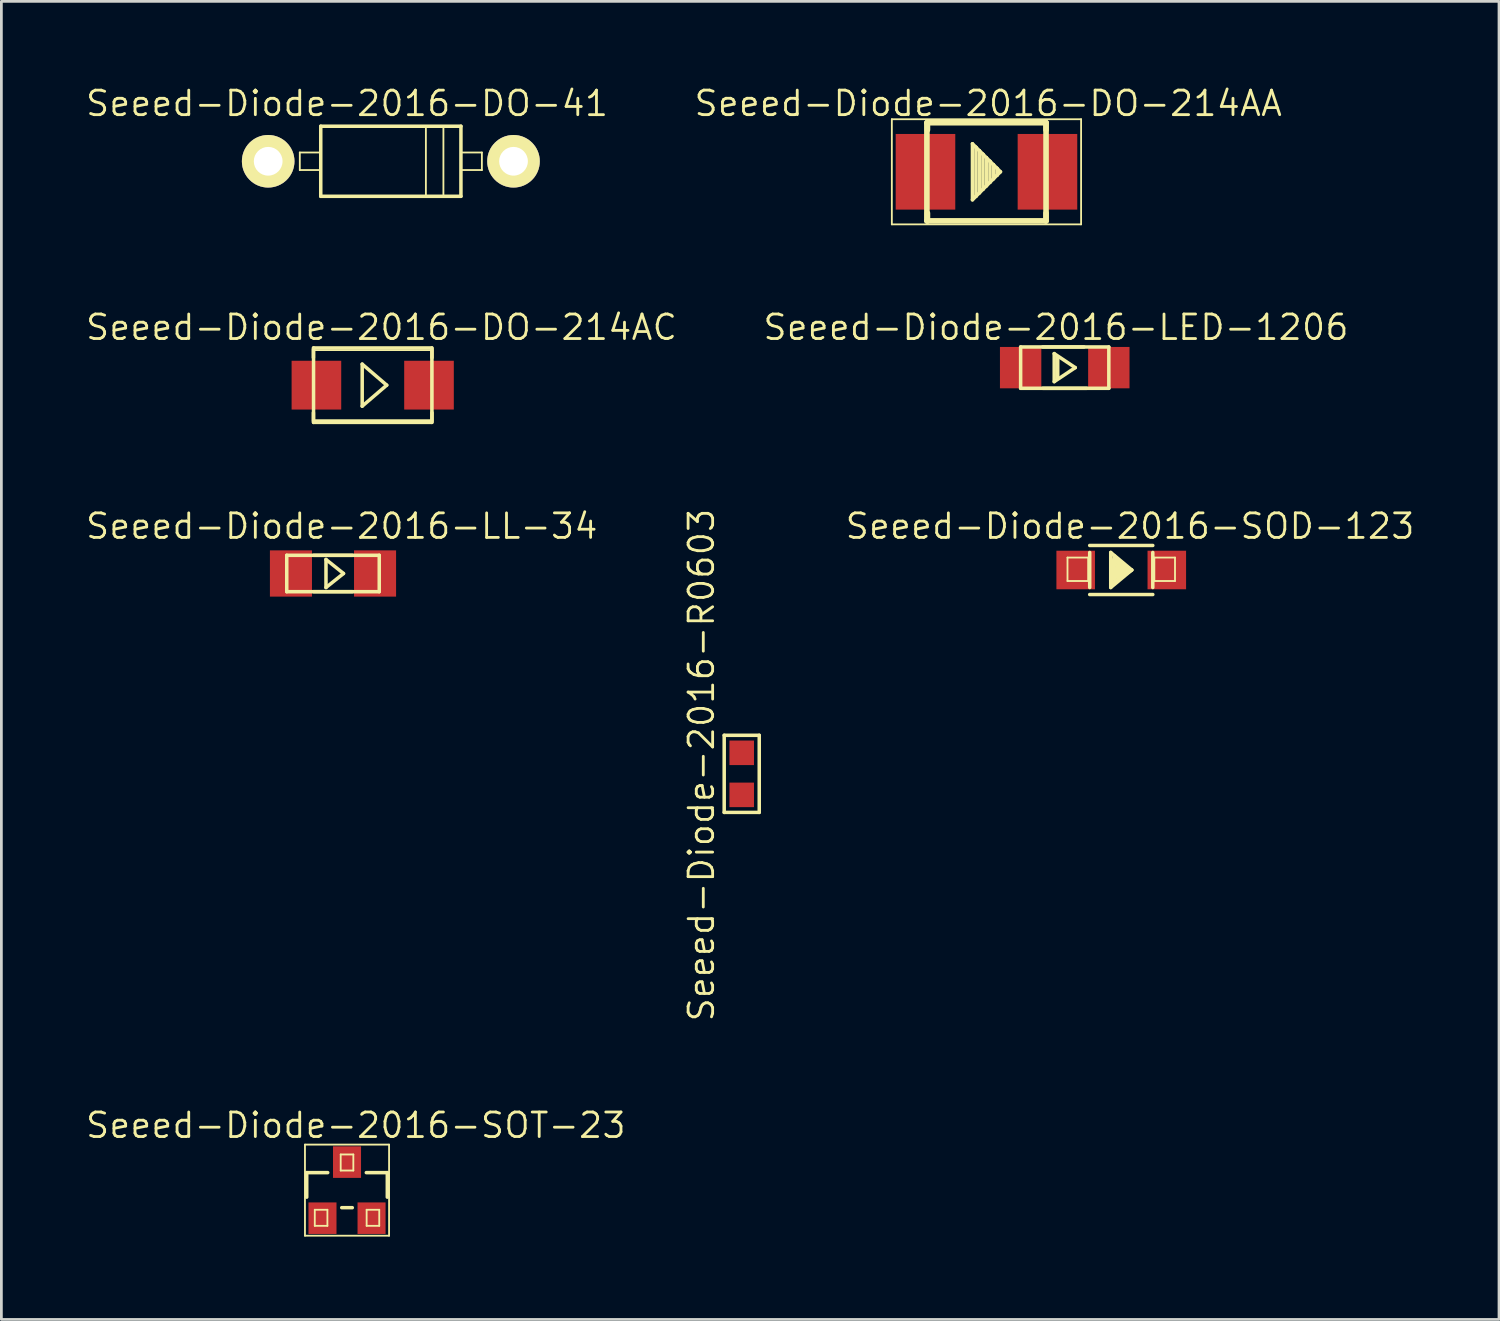
<source format=kicad_pcb>
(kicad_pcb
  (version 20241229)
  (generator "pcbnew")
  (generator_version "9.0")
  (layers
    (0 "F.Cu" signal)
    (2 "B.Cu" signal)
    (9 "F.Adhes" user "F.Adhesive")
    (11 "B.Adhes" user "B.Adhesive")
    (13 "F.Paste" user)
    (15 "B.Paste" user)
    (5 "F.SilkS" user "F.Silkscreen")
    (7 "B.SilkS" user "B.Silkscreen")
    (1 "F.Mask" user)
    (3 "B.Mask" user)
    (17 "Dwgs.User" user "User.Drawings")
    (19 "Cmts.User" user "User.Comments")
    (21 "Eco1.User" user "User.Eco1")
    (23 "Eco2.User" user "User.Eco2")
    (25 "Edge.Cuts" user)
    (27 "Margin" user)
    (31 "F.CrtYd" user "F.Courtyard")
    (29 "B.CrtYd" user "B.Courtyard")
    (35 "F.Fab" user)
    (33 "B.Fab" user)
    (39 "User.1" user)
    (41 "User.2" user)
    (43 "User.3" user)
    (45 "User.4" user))
  (footprint "Seeed-Diode-2016-LL-34"
    (layer "F.Cu")
    (at 9.017 17.732)
    (property "Reference" "Seeed-Diode-2016-LL-34" (at 0.318 -1.714 0) (layer "F.SilkS") (effects (font (size 0.889 0.889) (thickness 0.102))))
    (attr smd)
    (fp_line (start -1.676 -0.66) (end 1.676 -0.66) (stroke (width 0.127) (type solid)) (layer "F.SilkS"))
    (fp_line (start -1.676 0.66) (end -1.676 -0.66) (stroke (width 0.127) (type solid)) (layer "F.SilkS"))
    (fp_line (start -0.699 -0.658) (end 0.699 -0.658) (stroke (width 0.127) (type solid)) (layer "F.SilkS"))
    (fp_line (start -0.699 0.658) (end 0.699 0.658) (stroke (width 0.127) (type solid)) (layer "F.SilkS"))
    (fp_line (start -0.254 -0.508) (end 0.381 0) (stroke (width 0.127) (type solid)) (layer "F.SilkS"))
    (fp_line (start -0.254 0.508) (end -0.254 -0.508) (stroke (width 0.127) (type solid)) (layer "F.SilkS"))
    (fp_line (start 0.381 0) (end -0.254 0.508) (stroke (width 0.127) (type solid)) (layer "F.SilkS"))
    (fp_line (start 1.676 -0.66) (end 1.676 0.66) (stroke (width 0.127) (type solid)) (layer "F.SilkS"))
    (fp_line (start 1.676 0.66) (end -1.676 0.66) (stroke (width 0.127) (type solid)) (layer "F.SilkS"))
    (pad "A" smd rect (at -1.524 0 180) (size 1.524 1.676) (layers "F.Cu" "F.Mask" "F.Paste"))
    (pad "C" smd rect (at 1.524 0 180) (size 1.524 1.676) (layers "F.Cu" "F.Mask" "F.Paste")))
  (footprint "Seeed-Diode-2016-LED-1206"
    (layer "F.Cu")
    (at 35.533 10.272)
    (property "Reference" "Seeed-Diode-2016-LED-1206" (at -0.318 -1.46 0) (layer "F.SilkS") (effects (font (size 0.889 0.889) (thickness 0.102))))
    (attr smd)
    (fp_line (start -1.598 -0.749) (end 1.598 -0.749) (stroke (width 0.127) (type solid)) (layer "F.SilkS"))
    (fp_line (start -1.598 0.749) (end -1.598 -0.749) (stroke (width 0.127) (type solid)) (layer "F.SilkS"))
    (fp_line (start -0.798 -0.749) (end 0.699 -0.749) (stroke (width 0.127) (type solid)) (layer "F.SilkS"))
    (fp_line (start -0.798 0.749) (end 0.798 0.749) (stroke (width 0.127) (type solid)) (layer "F.SilkS"))
    (fp_line (start -0.381 -0.508) (end -0.381 0.508) (stroke (width 0.127) (type solid)) (layer "F.SilkS"))
    (fp_line (start -0.381 0.508) (end 0.381 0) (stroke (width 0.127) (type solid)) (layer "F.SilkS"))
    (fp_line (start -0.254 -0.381) (end -0.254 0.381) (stroke (width 0.127) (type solid)) (layer "F.SilkS"))
    (fp_line (start 0.381 0) (end -0.381 -0.508) (stroke (width 0.127) (type solid)) (layer "F.SilkS"))
    (fp_line (start 1.598 -0.749) (end 1.598 0.749) (stroke (width 0.127) (type solid)) (layer "F.SilkS"))
    (fp_line (start 1.598 0.749) (end -1.598 0.749) (stroke (width 0.127) (type solid)) (layer "F.SilkS"))
    (pad "+" smd rect (at -1.598 0) (size 1.499 1.499) (layers "F.Cu" "F.Mask" "F.Paste"))
    (pad "-" smd rect (at 1.598 0) (size 1.499 1.499) (layers "F.Cu" "F.Mask" "F.Paste")))
  (footprint "Seeed-Diode-2016-SOD-123"
    (layer "F.Cu")
    (at 37.581 17.605)
    (property "Reference" "Seeed-Diode-2016-SOD-123" (at 0.318 -1.587 0) (layer "F.SilkS") (effects (font (size 0.889 0.889) (thickness 0.102))))
    (attr smd)
    (fp_line (start -1.948 -0.45) (end -1.199 -0.45) (stroke (width 0.066) (type solid)) (layer "F.SilkS"))
    (fp_line (start -1.948 0.399) (end -1.948 -0.45) (stroke (width 0.066) (type solid)) (layer "F.SilkS"))
    (fp_line (start -1.948 0.399) (end -1.199 0.399) (stroke (width 0.066) (type solid)) (layer "F.SilkS"))
    (fp_line (start -1.199 0.399) (end -1.199 -0.45) (stroke (width 0.066) (type solid)) (layer "F.SilkS"))
    (fp_line (start -1.143 -0.889) (end 1.143 -0.889) (stroke (width 0.127) (type solid)) (layer "F.SilkS"))
    (fp_line (start -1.143 0.635) (end -1.143 -0.635) (stroke (width 0.127) (type solid)) (layer "F.SilkS"))
    (fp_line (start -0.381 -0.635) (end 0.381 0) (stroke (width 0.127) (type solid)) (layer "F.SilkS"))
    (fp_line (start -0.381 0.381) (end -0.381 -0.635) (stroke (width 0.127) (type solid)) (layer "F.SilkS"))
    (fp_line (start -0.381 0.381) (end -0.254 -0.381) (stroke (width 0.127) (type solid)) (layer "F.SilkS"))
    (fp_line (start -0.381 0.508) (end -0.381 0.381) (stroke (width 0.127) (type solid)) (layer "F.SilkS"))
    (fp_line (start -0.381 0.508) (end -0.254 -0.508) (stroke (width 0.127) (type solid)) (layer "F.SilkS"))
    (fp_line (start -0.381 0.635) (end -0.381 0.508) (stroke (width 0.127) (type solid)) (layer "F.SilkS"))
    (fp_line (start -0.254 -0.508) (end 0.254 0) (stroke (width 0.127) (type solid)) (layer "F.SilkS"))
    (fp_line (start -0.254 -0.381) (end 0.127 0) (stroke (width 0.127) (type solid)) (layer "F.SilkS"))
    (fp_line (start -0.254 -0.254) (end -0.127 -0.127) (stroke (width 0.127) (type solid)) (layer "F.SilkS"))
    (fp_line (start -0.254 0.127) (end -0.254 -0.254) (stroke (width 0.127) (type solid)) (layer "F.SilkS"))
    (fp_line (start -0.254 0.127) (end -0.127 -0.127) (stroke (width 0.127) (type solid)) (layer "F.SilkS"))
    (fp_line (start -0.254 0.254) (end -0.254 0.127) (stroke (width 0.127) (type solid)) (layer "F.SilkS"))
    (fp_line (start -0.127 -0.127) (end -0.127 0) (stroke (width 0.127) (type solid)) (layer "F.SilkS"))
    (fp_line (start -0.127 -0.127) (end 0 0) (stroke (width 0.127) (type solid)) (layer "F.SilkS"))
    (fp_line (start 0 0) (end -0.254 0.127) (stroke (width 0.127) (type solid)) (layer "F.SilkS"))
    (fp_line (start 0.127 0) (end -0.254 0.254) (stroke (width 0.127) (type solid)) (layer "F.SilkS"))
    (fp_line (start 0.254 0) (end -0.381 0.381) (stroke (width 0.127) (type solid)) (layer "F.SilkS"))
    (fp_line (start 0.381 0) (end -0.381 0.508) (stroke (width 0.127) (type solid)) (layer "F.SilkS"))
    (fp_line (start 0.381 0) (end -0.381 0.635) (stroke (width 0.127) (type solid)) (layer "F.SilkS"))
    (fp_line (start 1.143 -0.635) (end 1.143 0.635) (stroke (width 0.127) (type solid)) (layer "F.SilkS"))
    (fp_line (start 1.143 0.889) (end -1.143 0.889) (stroke (width 0.127) (type solid)) (layer "F.SilkS"))
    (fp_line (start 1.199 -0.45) (end 1.948 -0.45) (stroke (width 0.066) (type solid)) (layer "F.SilkS"))
    (fp_line (start 1.199 0.399) (end 1.199 -0.45) (stroke (width 0.066) (type solid)) (layer "F.SilkS"))
    (fp_line (start 1.199 0.399) (end 1.948 0.399) (stroke (width 0.066) (type solid)) (layer "F.SilkS"))
    (fp_line (start 1.948 0.399) (end 1.948 -0.45) (stroke (width 0.066) (type solid)) (layer "F.SilkS"))
    (pad "+" smd rect (at -1.651 0 180) (size 1.397 1.397) (layers "F.Cu" "F.Mask" "F.Paste"))
    (pad "-" smd rect (at 1.651 0 180) (size 1.397 1.397) (layers "F.Cu" "F.Mask" "F.Paste")))
  (footprint "Seeed-Diode-2016-SOT-23"
    (layer "F.Cu")
    (at 9.525 40.078)
    (property "Reference" "Seeed-Diode-2016-SOT-23" (at 0.318 -2.349 0) (layer "F.SilkS") (effects (font (size 0.889 0.889) (thickness 0.102))))
    (attr smd)
    (fp_line (start -1.524 -1.651) (end 1.524 -1.651) (stroke (width 0.066) (type solid)) (layer "F.SilkS"))
    (fp_line (start -1.524 1.651) (end -1.524 -1.651) (stroke (width 0.066) (type solid)) (layer "F.SilkS"))
    (fp_line (start -1.524 1.651) (end 1.524 1.651) (stroke (width 0.066) (type solid)) (layer "F.SilkS"))
    (fp_line (start -1.46 -0.635) (end -1.46 0.254) (stroke (width 0.127) (type solid)) (layer "F.SilkS"))
    (fp_line (start -1.168 0.711) (end -0.711 0.711) (stroke (width 0.066) (type solid)) (layer "F.SilkS"))
    (fp_line (start -1.168 1.293) (end -1.168 0.711) (stroke (width 0.066) (type solid)) (layer "F.SilkS"))
    (fp_line (start -1.168 1.293) (end -0.711 1.293) (stroke (width 0.066) (type solid)) (layer "F.SilkS"))
    (fp_line (start -0.711 1.293) (end -0.711 0.711) (stroke (width 0.066) (type solid)) (layer "F.SilkS"))
    (fp_line (start -0.699 -0.635) (end -1.46 -0.635) (stroke (width 0.127) (type solid)) (layer "F.SilkS"))
    (fp_line (start -0.229 -1.293) (end 0.229 -1.293) (stroke (width 0.066) (type solid)) (layer "F.SilkS"))
    (fp_line (start -0.229 -0.711) (end -0.229 -1.293) (stroke (width 0.066) (type solid)) (layer "F.SilkS"))
    (fp_line (start -0.229 -0.711) (end 0.229 -0.711) (stroke (width 0.066) (type solid)) (layer "F.SilkS"))
    (fp_line (start -0.191 0.635) (end 0.191 0.635) (stroke (width 0.127) (type solid)) (layer "F.SilkS"))
    (fp_line (start 0.229 -0.711) (end 0.229 -1.293) (stroke (width 0.066) (type solid)) (layer "F.SilkS"))
    (fp_line (start 0.711 0.711) (end 1.168 0.711) (stroke (width 0.066) (type solid)) (layer "F.SilkS"))
    (fp_line (start 0.711 1.293) (end 0.711 0.711) (stroke (width 0.066) (type solid)) (layer "F.SilkS"))
    (fp_line (start 0.711 1.293) (end 1.168 1.293) (stroke (width 0.066) (type solid)) (layer "F.SilkS"))
    (fp_line (start 1.168 1.293) (end 1.168 0.711) (stroke (width 0.066) (type solid)) (layer "F.SilkS"))
    (fp_line (start 1.46 -0.635) (end 0.699 -0.635) (stroke (width 0.127) (type solid)) (layer "F.SilkS"))
    (fp_line (start 1.46 0.254) (end 1.46 -0.635) (stroke (width 0.127) (type solid)) (layer "F.SilkS"))
    (fp_line (start 1.524 1.651) (end 1.524 -1.651) (stroke (width 0.066) (type solid)) (layer "F.SilkS"))
    (pad "1" smd rect (at -0.889 1.016 180) (size 1.016 1.143) (layers "F.Cu" "F.Mask" "F.Paste"))
    (pad "2" smd rect (at 0.889 1.016) (size 1.016 1.143) (layers "F.Cu" "F.Mask" "F.Paste"))
    (pad "3" smd rect (at 0 -1.016) (size 1.016 1.143) (layers "F.Cu" "F.Mask" "F.Paste")))
  (footprint "Seeed-Diode-2016-R0603"
    (layer "F.Cu")
    (at 23.828 24.992)
    (property "Reference" "Seeed-Diode-2016-R0603" (at -1.46 -0.318 90) (layer "F.SilkS") (effects (font (size 0.889 0.889) (thickness 0.102))))
    (attr smd)
    (fp_line (start -0.635 -1.397) (end 0.635 -1.397) (stroke (width 0.127) (type solid)) (layer "F.SilkS"))
    (fp_line (start -0.635 1.397) (end -0.635 -1.397) (stroke (width 0.127) (type solid)) (layer "F.SilkS"))
    (fp_line (start 0.635 -1.397) (end 0.635 1.397) (stroke (width 0.127) (type solid)) (layer "F.SilkS"))
    (fp_line (start 0.635 1.397) (end -0.635 1.397) (stroke (width 0.127) (type solid)) (layer "F.SilkS"))
    (pad "1" smd rect (at 0 -0.762 270) (size 0.889 0.889) (layers "F.Cu" "F.Mask" "F.Paste"))
    (pad "2" smd rect (at 0 0.762 270) (size 0.889 0.889) (layers "F.Cu" "F.Mask" "F.Paste")))
  (footprint "Seeed-Diode-2016-DO-214AC"
    (layer "F.Cu")
    (at 10.456 10.907)
    (property "Reference" "Seeed-Diode-2016-DO-214AC" (at 0.318 -2.095 0) (layer "F.SilkS") (effects (font (size 0.889 0.889) (thickness 0.102))))
    (attr smd)
    (fp_line (start -2.159 -1.27) (end 2.159 -1.27) (stroke (width 0.066) (type solid)) (layer "F.SilkS"))
    (fp_line (start -2.159 1.27) (end -2.159 -1.27) (stroke (width 0.066) (type solid)) (layer "F.SilkS"))
    (fp_line (start -2.159 1.27) (end 2.159 1.27) (stroke (width 0.066) (type solid)) (layer "F.SilkS"))
    (fp_line (start -2.149 -1.298) (end -2.149 -0.998) (stroke (width 0.127) (type solid)) (layer "F.SilkS"))
    (fp_line (start -2.149 1.298) (end -2.149 0.998) (stroke (width 0.127) (type solid)) (layer "F.SilkS"))
    (fp_line (start -2.144 -1.349) (end 2.144 -1.349) (stroke (width 0.127) (type solid)) (layer "F.SilkS"))
    (fp_line (start -2.144 1.349) (end -2.144 -1.349) (stroke (width 0.127) (type solid)) (layer "F.SilkS"))
    (fp_line (start -0.381 -0.762) (end 0.508 0) (stroke (width 0.127) (type solid)) (layer "F.SilkS"))
    (fp_line (start -0.381 0.762) (end -0.381 -0.762) (stroke (width 0.127) (type solid)) (layer "F.SilkS"))
    (fp_line (start 0.508 0) (end -0.381 0.762) (stroke (width 0.127) (type solid)) (layer "F.SilkS"))
    (fp_line (start 2.144 -1.349) (end 2.144 1.349) (stroke (width 0.127) (type solid)) (layer "F.SilkS"))
    (fp_line (start 2.144 1.349) (end -2.144 1.349) (stroke (width 0.127) (type solid)) (layer "F.SilkS"))
    (fp_line (start 2.149 -1.298) (end 2.149 -0.998) (stroke (width 0.127) (type solid)) (layer "F.SilkS"))
    (fp_line (start 2.149 1.298) (end 2.149 0.998) (stroke (width 0.127) (type solid)) (layer "F.SilkS"))
    (fp_line (start 2.159 1.27) (end 2.159 -1.27) (stroke (width 0.066) (type solid)) (layer "F.SilkS"))
    (pad "1" smd rect (at -2.04 0 90) (size 1.768 1.798) (layers "F.Cu" "F.Mask" "F.Paste"))
    (pad "2" smd rect (at 2.04 0 90) (size 1.768 1.798) (layers "F.Cu" "F.Mask" "F.Paste")))
  (footprint "Seeed-Diode-2016-DO-41"
    (layer "F.Cu")
    (at 11.113 2.794)
    (property "Reference" "Seeed-Diode-2016-DO-41" (at -1.587 -2.095 0) (layer "F.SilkS") (effects (font (size 0.889 0.889) (thickness 0.102))))
    (attr exclude_from_pos_files exclude_from_bom)
    (fp_line (start -3.299 -0.318) (end -2.54 -0.318) (stroke (width 0.066) (type solid)) (layer "F.SilkS"))
    (fp_line (start -3.299 0.318) (end -3.299 -0.318) (stroke (width 0.066) (type solid)) (layer "F.SilkS"))
    (fp_line (start -3.299 0.318) (end -2.54 0.318) (stroke (width 0.066) (type solid)) (layer "F.SilkS"))
    (fp_line (start -2.54 -1.27) (end 2.54 -1.27) (stroke (width 0.127) (type solid)) (layer "F.SilkS"))
    (fp_line (start -2.54 0.318) (end -2.54 -0.318) (stroke (width 0.066) (type solid)) (layer "F.SilkS"))
    (fp_line (start -2.54 1.27) (end -2.54 -1.27) (stroke (width 0.127) (type solid)) (layer "F.SilkS"))
    (fp_line (start 1.27 -1.27) (end 1.905 -1.27) (stroke (width 0.066) (type solid)) (layer "F.SilkS"))
    (fp_line (start 1.27 1.27) (end 1.27 -1.27) (stroke (width 0.066) (type solid)) (layer "F.SilkS"))
    (fp_line (start 1.27 1.27) (end 1.905 1.27) (stroke (width 0.066) (type solid)) (layer "F.SilkS"))
    (fp_line (start 1.905 1.27) (end 1.905 -1.27) (stroke (width 0.066) (type solid)) (layer "F.SilkS"))
    (fp_line (start 2.54 -1.27) (end 2.54 1.27) (stroke (width 0.127) (type solid)) (layer "F.SilkS"))
    (fp_line (start 2.54 -0.318) (end 3.299 -0.318) (stroke (width 0.066) (type solid)) (layer "F.SilkS"))
    (fp_line (start 2.54 0.318) (end 2.54 -0.318) (stroke (width 0.066) (type solid)) (layer "F.SilkS"))
    (fp_line (start 2.54 0.318) (end 3.299 0.318) (stroke (width 0.066) (type solid)) (layer "F.SilkS"))
    (fp_line (start 2.54 1.27) (end -2.54 1.27) (stroke (width 0.127) (type solid)) (layer "F.SilkS"))
    (fp_line (start 3.299 0.318) (end 3.299 -0.318) (stroke (width 0.066) (type solid)) (layer "F.SilkS"))
    (pad "1" thru_hole circle (at -4.445 0) (size 1.905 1.905) (drill 1.041) (layers "*.Cu" "F.Mask" "F.SilkS" "F.Paste"))
    (pad "2" thru_hole circle (at 4.445 0) (size 1.905 1.905) (drill 1.041) (layers "*.Cu" "F.Mask" "F.SilkS" "F.Paste")))
  (footprint "Seeed-Diode-2016-DO-214AA"
    (layer "F.Cu")
    (at 32.697 3.175)
    (property "Reference" "Seeed-Diode-2016-DO-214AA" (at 0.064 -2.477 0) (layer "F.SilkS") (effects (font (size 0.889 0.889) (thickness 0.102))))
    (attr smd)
    (fp_line (start -3.429 -1.905) (end 3.429 -1.905) (stroke (width 0.066) (type solid)) (layer "F.SilkS"))
    (fp_line (start -3.429 1.905) (end -3.429 -1.905) (stroke (width 0.066) (type solid)) (layer "F.SilkS"))
    (fp_line (start -3.429 1.905) (end 3.429 1.905) (stroke (width 0.066) (type solid)) (layer "F.SilkS"))
    (fp_line (start -2.159 -1.778) (end -2.139 -1.778) (stroke (width 0.203) (type solid)) (layer "F.SilkS"))
    (fp_line (start -2.159 1.778) (end -2.159 -1.778) (stroke (width 0.203) (type solid)) (layer "F.SilkS"))
    (fp_line (start -2.139 -1.778) (end 2.159 -1.778) (stroke (width 0.203) (type solid)) (layer "F.SilkS"))
    (fp_line (start -2.139 -1.519) (end -2.139 -1.778) (stroke (width 0.203) (type solid)) (layer "F.SilkS"))
    (fp_line (start -2.139 1.778) (end -2.159 1.778) (stroke (width 0.203) (type solid)) (layer "F.SilkS"))
    (fp_line (start -2.139 1.778) (end -2.139 1.499) (stroke (width 0.203) (type solid)) (layer "F.SilkS"))
    (fp_line (start -0.508 -1.016) (end -0.381 -0.889) (stroke (width 0.127) (type solid)) (layer "F.SilkS"))
    (fp_line (start -0.508 1.016) (end -0.508 -1.016) (stroke (width 0.127) (type solid)) (layer "F.SilkS"))
    (fp_line (start -0.381 -0.889) (end -0.381 0.889) (stroke (width 0.127) (type solid)) (layer "F.SilkS"))
    (fp_line (start -0.381 -0.889) (end -0.254 -0.762) (stroke (width 0.127) (type solid)) (layer "F.SilkS"))
    (fp_line (start -0.381 0.889) (end -0.508 1.016) (stroke (width 0.127) (type solid)) (layer "F.SilkS"))
    (fp_line (start -0.381 0.889) (end -0.254 0.762) (stroke (width 0.127) (type solid)) (layer "F.SilkS"))
    (fp_line (start -0.254 -0.762) (end -0.127 -0.635) (stroke (width 0.127) (type solid)) (layer "F.SilkS"))
    (fp_line (start -0.254 0.762) (end -0.254 -0.762) (stroke (width 0.127) (type solid)) (layer "F.SilkS"))
    (fp_line (start -0.254 0.762) (end -0.127 0.635) (stroke (width 0.127) (type solid)) (layer "F.SilkS"))
    (fp_line (start -0.127 -0.635) (end -0.127 0.635) (stroke (width 0.127) (type solid)) (layer "F.SilkS"))
    (fp_line (start -0.127 -0.635) (end 0 -0.508) (stroke (width 0.127) (type solid)) (layer "F.SilkS"))
    (fp_line (start -0.127 0.635) (end 0 0.508) (stroke (width 0.127) (type solid)) (layer "F.SilkS"))
    (fp_line (start 0 -0.508) (end 0.127 -0.381) (stroke (width 0.127) (type solid)) (layer "F.SilkS"))
    (fp_line (start 0 0.508) (end 0 -0.508) (stroke (width 0.127) (type solid)) (layer "F.SilkS"))
    (fp_line (start 0 0.508) (end 0.127 0.381) (stroke (width 0.127) (type solid)) (layer "F.SilkS"))
    (fp_line (start 0.127 -0.381) (end 0.127 0.381) (stroke (width 0.127) (type solid)) (layer "F.SilkS"))
    (fp_line (start 0.127 -0.381) (end 0.254 -0.254) (stroke (width 0.127) (type solid)) (layer "F.SilkS"))
    (fp_line (start 0.254 -0.254) (end 0.381 -0.127) (stroke (width 0.127) (type solid)) (layer "F.SilkS"))
    (fp_line (start 0.254 0.254) (end 0.127 0.381) (stroke (width 0.127) (type solid)) (layer "F.SilkS"))
    (fp_line (start 0.254 0.254) (end 0.254 -0.254) (stroke (width 0.127) (type solid)) (layer "F.SilkS"))
    (fp_line (start 0.381 -0.127) (end 0.381 0.127) (stroke (width 0.127) (type solid)) (layer "F.SilkS"))
    (fp_line (start 0.381 -0.127) (end 0.508 0) (stroke (width 0.127) (type solid)) (layer "F.SilkS"))
    (fp_line (start 0.381 0.127) (end 0.254 0.254) (stroke (width 0.127) (type solid)) (layer "F.SilkS"))
    (fp_line (start 0.508 0) (end 0.381 0.127) (stroke (width 0.127) (type solid)) (layer "F.SilkS"))
    (fp_line (start 2.159 -1.778) (end 2.159 1.778) (stroke (width 0.203) (type solid)) (layer "F.SilkS"))
    (fp_line (start 2.159 -1.519) (end 2.159 -1.778) (stroke (width 0.203) (type solid)) (layer "F.SilkS"))
    (fp_line (start 2.159 1.778) (end -2.139 1.778) (stroke (width 0.203) (type solid)) (layer "F.SilkS"))
    (fp_line (start 2.159 1.778) (end 2.159 1.499) (stroke (width 0.203) (type solid)) (layer "F.SilkS"))
    (fp_line (start 3.429 1.905) (end 3.429 -1.905) (stroke (width 0.066) (type solid)) (layer "F.SilkS"))
    (pad "+" smd rect (at -2.21 0 270) (size 2.741 2.159) (layers "F.Cu" "F.Mask" "F.Paste"))
    (pad "-" smd rect (at 2.21 0 270) (size 2.741 2.159) (layers "F.Cu" "F.Mask" "F.Paste")))
  (gr_rect
    (start -3 -3)
    (end 51.27 44.762)
    (stroke (width 0.1) (type default))
    (fill no)
    (layer "Edge.Cuts")))
</source>
